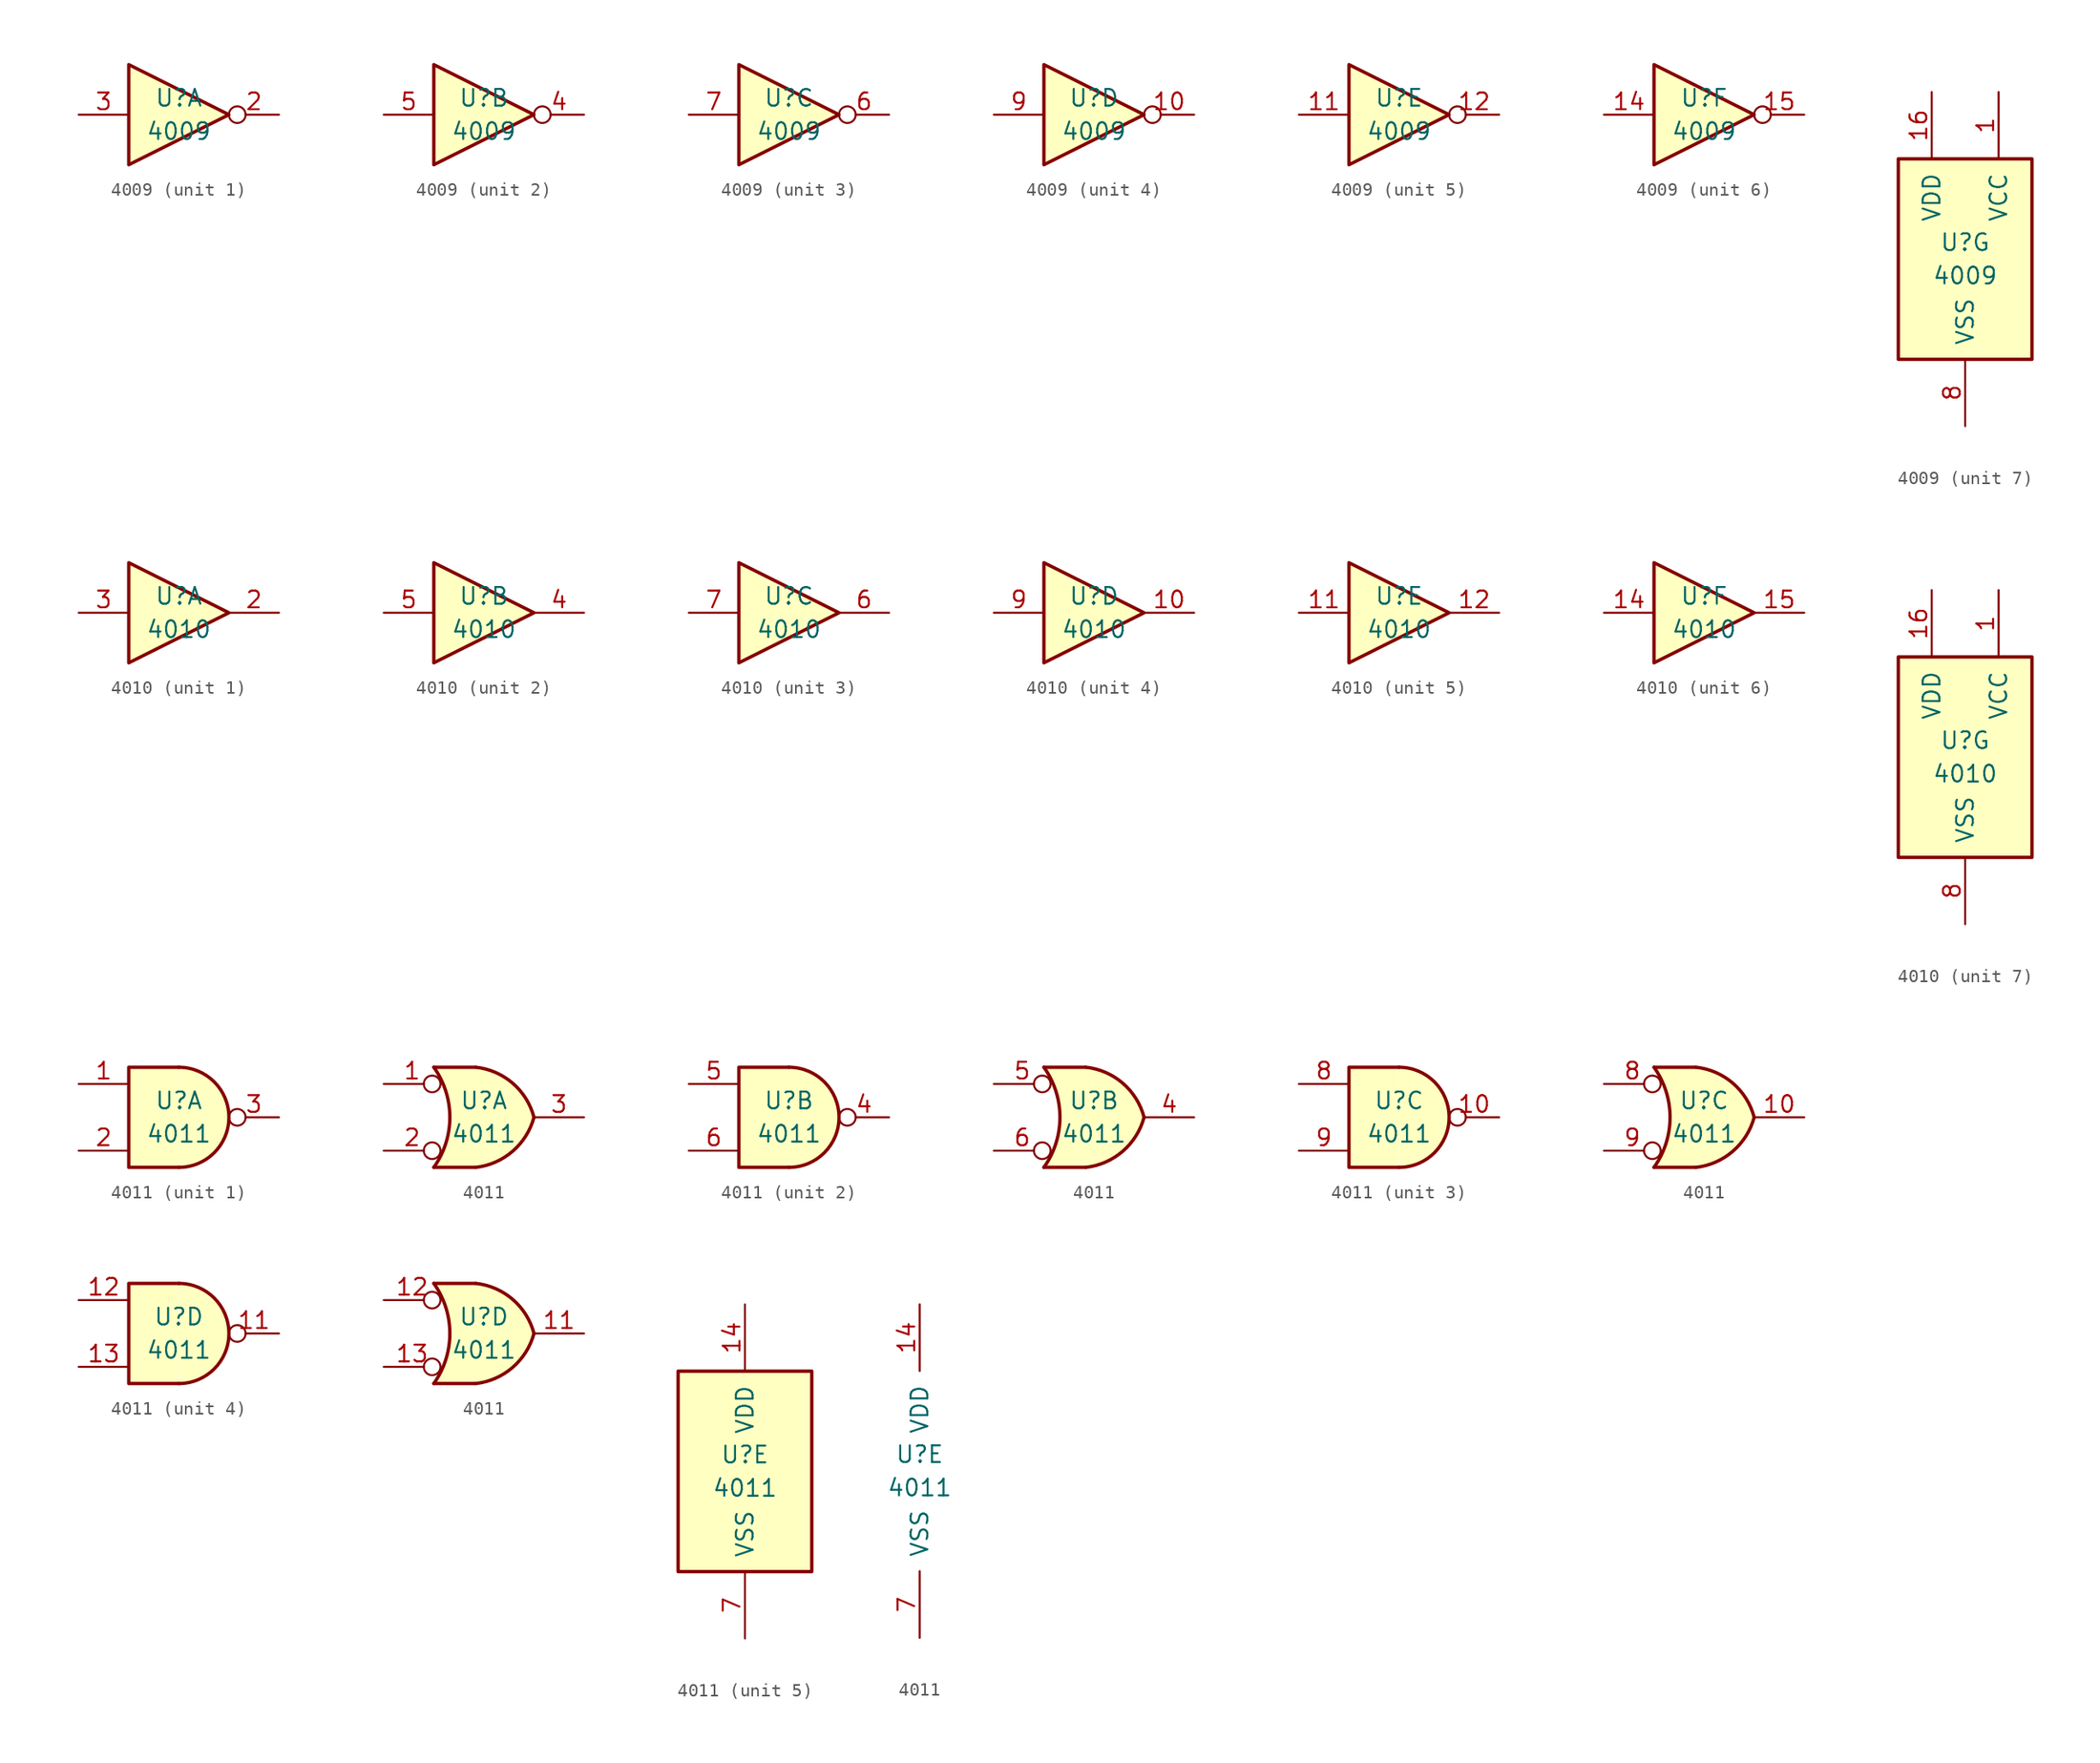
<source format=kicad_sym>
(kicad_symbol_lib
  (version 20241209)
  (generator "kicad_symbol_editor")
  (generator_version "9.0")
  (symbol "4009"
    (pin_names
      (offset 1.016))
    (property "Reference" "U"
      (at 0 1.27 0)
      (effects (font (size 1.27 1.27))))
    (property "Value" "4009"
      (at 0 -1.27 0)
      (effects (font (size 1.27 1.27))))
    (property "ki_locked" ""
      (at 0 0 0)
      (effects (font (size 1.27 1.27))))
    (symbol "4009_1_0"
      (polyline (pts (xy -3.81 3.81) (xy -3.81 -3.81) (xy 3.81 0) (xy -3.81 3.81)) (stroke (width 0.254) (type default)) (fill (type background)))
      (pin input line (at -7.62 0 0) (length 3.81) (name "~" (effects (font (size 1.27 1.27)))) (number "3" (effects (font (size 1.27 1.27)))))
      (pin output inverted (at 7.62 0 180) (length 3.81) (name "~" (effects (font (size 1.27 1.27)))) (number "2" (effects (font (size 1.27 1.27))))))
    (symbol "4009_2_0"
      (polyline (pts (xy -3.81 3.81) (xy -3.81 -3.81) (xy 3.81 0) (xy -3.81 3.81)) (stroke (width 0.254) (type default)) (fill (type background)))
      (pin input line (at -7.62 0 0) (length 3.81) (name "~" (effects (font (size 1.27 1.27)))) (number "5" (effects (font (size 1.27 1.27)))))
      (pin output inverted (at 7.62 0 180) (length 3.81) (name "~" (effects (font (size 1.27 1.27)))) (number "4" (effects (font (size 1.27 1.27))))))
    (symbol "4009_3_0"
      (polyline (pts (xy -3.81 3.81) (xy -3.81 -3.81) (xy 3.81 0) (xy -3.81 3.81)) (stroke (width 0.254) (type default)) (fill (type background)))
      (pin input line (at -7.62 0 0) (length 3.81) (name "~" (effects (font (size 1.27 1.27)))) (number "7" (effects (font (size 1.27 1.27)))))
      (pin output inverted (at 7.62 0 180) (length 3.81) (name "~" (effects (font (size 1.27 1.27)))) (number "6" (effects (font (size 1.27 1.27))))))
    (symbol "4009_4_0"
      (polyline (pts (xy -3.81 3.81) (xy -3.81 -3.81) (xy 3.81 0) (xy -3.81 3.81)) (stroke (width 0.254) (type default)) (fill (type background)))
      (pin input line (at -7.62 0 0) (length 3.81) (name "~" (effects (font (size 1.27 1.27)))) (number "9" (effects (font (size 1.27 1.27)))))
      (pin output inverted (at 7.62 0 180) (length 3.81) (name "~" (effects (font (size 1.27 1.27)))) (number "10" (effects (font (size 1.27 1.27))))))
    (symbol "4009_5_0"
      (polyline (pts (xy -3.81 3.81) (xy -3.81 -3.81) (xy 3.81 0) (xy -3.81 3.81)) (stroke (width 0.254) (type default)) (fill (type background)))
      (pin input line (at -7.62 0 0) (length 3.81) (name "~" (effects (font (size 1.27 1.27)))) (number "11" (effects (font (size 1.27 1.27)))))
      (pin output inverted (at 7.62 0 180) (length 3.81) (name "~" (effects (font (size 1.27 1.27)))) (number "12" (effects (font (size 1.27 1.27))))))
    (symbol "4009_6_0"
      (polyline (pts (xy -3.81 3.81) (xy -3.81 -3.81) (xy 3.81 0) (xy -3.81 3.81)) (stroke (width 0.254) (type default)) (fill (type background)))
      (pin input line (at -7.62 0 0) (length 3.81) (name "~" (effects (font (size 1.27 1.27)))) (number "14" (effects (font (size 1.27 1.27)))))
      (pin output inverted (at 7.62 0 180) (length 3.81) (name "~" (effects (font (size 1.27 1.27)))) (number "15" (effects (font (size 1.27 1.27))))))
    (symbol "4009_7_0"
      (pin power_in line (at -2.54 12.7 270) (length 5.08) (name "VDD" (effects (font (size 1.27 1.27)))) (number "16" (effects (font (size 1.27 1.27)))))
      (pin power_in line (at 0 -12.7 90) (length 5.08) (name "VSS" (effects (font (size 1.27 1.27)))) (number "8" (effects (font (size 1.27 1.27)))))
      (pin power_in line (at 2.54 12.7 270) (length 5.08) (name "VCC" (effects (font (size 1.27 1.27)))) (number "1" (effects (font (size 1.27 1.27))))))
    (symbol "4009_7_1"
      (rectangle (start -5.08 7.62) (end 5.08 -7.62) (stroke (width 0.254) (type default)) (fill (type background)))))
  (symbol "4010"
    (pin_names
      (offset 1.016))
    (property "Reference" "U"
      (at 0 1.27 0)
      (effects (font (size 1.27 1.27))))
    (property "Value" "4010"
      (at 0 -1.27 0)
      (effects (font (size 1.27 1.27))))
    (property "ki_locked" ""
      (at 0 0 0)
      (effects (font (size 1.27 1.27))))
    (symbol "4010_1_0"
      (polyline (pts (xy -3.81 3.81) (xy -3.81 -3.81) (xy 3.81 0) (xy -3.81 3.81)) (stroke (width 0.254) (type default)) (fill (type background)))
      (pin input line (at -7.62 0 0) (length 3.81) (name "~" (effects (font (size 1.27 1.27)))) (number "3" (effects (font (size 1.27 1.27)))))
      (pin output line (at 7.62 0 180) (length 3.81) (name "~" (effects (font (size 1.27 1.27)))) (number "2" (effects (font (size 1.27 1.27))))))
    (symbol "4010_2_0"
      (polyline (pts (xy -3.81 3.81) (xy -3.81 -3.81) (xy 3.81 0) (xy -3.81 3.81)) (stroke (width 0.254) (type default)) (fill (type background)))
      (pin input line (at -7.62 0 0) (length 3.81) (name "~" (effects (font (size 1.27 1.27)))) (number "5" (effects (font (size 1.27 1.27)))))
      (pin output line (at 7.62 0 180) (length 3.81) (name "~" (effects (font (size 1.27 1.27)))) (number "4" (effects (font (size 1.27 1.27))))))
    (symbol "4010_3_0"
      (polyline (pts (xy -3.81 3.81) (xy -3.81 -3.81) (xy 3.81 0) (xy -3.81 3.81)) (stroke (width 0.254) (type default)) (fill (type background)))
      (pin input line (at -7.62 0 0) (length 3.81) (name "~" (effects (font (size 1.27 1.27)))) (number "7" (effects (font (size 1.27 1.27)))))
      (pin output line (at 7.62 0 180) (length 3.81) (name "~" (effects (font (size 1.27 1.27)))) (number "6" (effects (font (size 1.27 1.27))))))
    (symbol "4010_4_0"
      (polyline (pts (xy -3.81 3.81) (xy -3.81 -3.81) (xy 3.81 0) (xy -3.81 3.81)) (stroke (width 0.254) (type default)) (fill (type background)))
      (pin input line (at -7.62 0 0) (length 3.81) (name "~" (effects (font (size 1.27 1.27)))) (number "9" (effects (font (size 1.27 1.27)))))
      (pin output line (at 7.62 0 180) (length 3.81) (name "~" (effects (font (size 1.27 1.27)))) (number "10" (effects (font (size 1.27 1.27))))))
    (symbol "4010_5_0"
      (polyline (pts (xy -3.81 3.81) (xy -3.81 -3.81) (xy 3.81 0) (xy -3.81 3.81)) (stroke (width 0.254) (type default)) (fill (type background)))
      (pin input line (at -7.62 0 0) (length 3.81) (name "~" (effects (font (size 1.27 1.27)))) (number "11" (effects (font (size 1.27 1.27)))))
      (pin output line (at 7.62 0 180) (length 3.81) (name "~" (effects (font (size 1.27 1.27)))) (number "12" (effects (font (size 1.27 1.27))))))
    (symbol "4010_6_0"
      (polyline (pts (xy -3.81 3.81) (xy -3.81 -3.81) (xy 3.81 0) (xy -3.81 3.81)) (stroke (width 0.254) (type default)) (fill (type background)))
      (pin input line (at -7.62 0 0) (length 3.81) (name "~" (effects (font (size 1.27 1.27)))) (number "14" (effects (font (size 1.27 1.27)))))
      (pin output line (at 7.62 0 180) (length 3.81) (name "~" (effects (font (size 1.27 1.27)))) (number "15" (effects (font (size 1.27 1.27))))))
    (symbol "4010_7_0"
      (pin power_in line (at -2.54 12.7 270) (length 5.08) (name "VDD" (effects (font (size 1.27 1.27)))) (number "16" (effects (font (size 1.27 1.27)))))
      (pin power_in line (at 0 -12.7 90) (length 5.08) (name "VSS" (effects (font (size 1.27 1.27)))) (number "8" (effects (font (size 1.27 1.27)))))
      (pin power_in line (at 2.54 12.7 270) (length 5.08) (name "VCC" (effects (font (size 1.27 1.27)))) (number "1" (effects (font (size 1.27 1.27))))))
    (symbol "4010_7_1"
      (rectangle (start -5.08 7.62) (end 5.08 -7.62) (stroke (width 0.254) (type default)) (fill (type background)))))
  (symbol "4011"
    (pin_names
      (offset 1.016))
    (property "Reference" "U"
      (at 0 1.27 0)
      (effects (font (size 1.27 1.27))))
    (property "Value" "4011"
      (at 0 -1.27 0)
      (effects (font (size 1.27 1.27))))
    (property "ki_locked" ""
      (at 0 0 0)
      (effects (font (size 1.27 1.27))))
    (symbol "4011_1_1"
      (arc (start 0 3.81) (mid 3.7934 0) (end 0 -3.81) (stroke (width 0.254) (type default)) (fill (type background)))
      (polyline (pts (xy 0 3.81) (xy -3.81 3.81) (xy -3.81 -3.81) (xy 0 -3.81)) (stroke (width 0.254) (type default)) (fill (type background)))
      (pin input line (at -7.62 2.54 0) (length 3.81) (name "~" (effects (font (size 1.27 1.27)))) (number "1" (effects (font (size 1.27 1.27)))))
      (pin input line (at -7.62 -2.54 0) (length 3.81) (name "~" (effects (font (size 1.27 1.27)))) (number "2" (effects (font (size 1.27 1.27)))))
      (pin output inverted (at 7.62 0 180) (length 3.81) (name "~" (effects (font (size 1.27 1.27)))) (number "3" (effects (font (size 1.27 1.27))))))
    (symbol "4011_1_2"
      (arc (start -3.81 3.81) (mid -2.589 0) (end -3.81 -3.81) (stroke (width 0.254) (type default)) (fill (type none)))
      (polyline (pts (xy -3.81 3.81) (xy -0.635 3.81)) (stroke (width 0.254) (type default)) (fill (type background)))
      (polyline (pts (xy -3.81 -3.81) (xy -0.635 -3.81)) (stroke (width 0.254) (type default)) (fill (type background)))
      (arc (start 3.81 0) (mid 2.1855 -2.584) (end -0.6096 -3.81) (stroke (width 0.254) (type default)) (fill (type background)))
      (arc (start -0.6096 3.81) (mid 2.1928 2.5924) (end 3.81 0) (stroke (width 0.254) (type default)) (fill (type background)))
      (polyline (pts (xy -0.635 3.81) (xy -3.81 3.81) (xy -3.81 3.81) (xy -3.556 3.404) (xy -3.023 2.261) (xy -2.692 1.041) (xy -2.616 -0.254) (xy -2.769 -1.499) (xy -3.175 -2.718) (xy -3.81 -3.81) (xy -3.81 -3.81) (xy -0.635 -3.81)) (stroke (width -25.4) (type default)) (fill (type background)))
      (pin input inverted (at -7.62 2.54 0) (length 4.318) (name "~" (effects (font (size 1.27 1.27)))) (number "1" (effects (font (size 1.27 1.27)))))
      (pin input inverted (at -7.62 -2.54 0) (length 4.318) (name "~" (effects (font (size 1.27 1.27)))) (number "2" (effects (font (size 1.27 1.27)))))
      (pin output line (at 7.62 0 180) (length 3.81) (name "~" (effects (font (size 1.27 1.27)))) (number "3" (effects (font (size 1.27 1.27))))))
    (symbol "4011_2_1"
      (arc (start 0 3.81) (mid 3.7934 0) (end 0 -3.81) (stroke (width 0.254) (type default)) (fill (type background)))
      (polyline (pts (xy 0 3.81) (xy -3.81 3.81) (xy -3.81 -3.81) (xy 0 -3.81)) (stroke (width 0.254) (type default)) (fill (type background)))
      (pin input line (at -7.62 2.54 0) (length 3.81) (name "~" (effects (font (size 1.27 1.27)))) (number "5" (effects (font (size 1.27 1.27)))))
      (pin input line (at -7.62 -2.54 0) (length 3.81) (name "~" (effects (font (size 1.27 1.27)))) (number "6" (effects (font (size 1.27 1.27)))))
      (pin output inverted (at 7.62 0 180) (length 3.81) (name "~" (effects (font (size 1.27 1.27)))) (number "4" (effects (font (size 1.27 1.27))))))
    (symbol "4011_2_2"
      (arc (start -3.81 3.81) (mid -2.589 0) (end -3.81 -3.81) (stroke (width 0.254) (type default)) (fill (type none)))
      (polyline (pts (xy -3.81 3.81) (xy -0.635 3.81)) (stroke (width 0.254) (type default)) (fill (type background)))
      (polyline (pts (xy -3.81 -3.81) (xy -0.635 -3.81)) (stroke (width 0.254) (type default)) (fill (type background)))
      (arc (start 3.81 0) (mid 2.1855 -2.584) (end -0.6096 -3.81) (stroke (width 0.254) (type default)) (fill (type background)))
      (arc (start -0.6096 3.81) (mid 2.1928 2.5924) (end 3.81 0) (stroke (width 0.254) (type default)) (fill (type background)))
      (polyline (pts (xy -0.635 3.81) (xy -3.81 3.81) (xy -3.81 3.81) (xy -3.556 3.404) (xy -3.023 2.261) (xy -2.692 1.041) (xy -2.616 -0.254) (xy -2.769 -1.499) (xy -3.175 -2.718) (xy -3.81 -3.81) (xy -3.81 -3.81) (xy -0.635 -3.81)) (stroke (width -25.4) (type default)) (fill (type background)))
      (pin input inverted (at -7.62 2.54 0) (length 4.318) (name "~" (effects (font (size 1.27 1.27)))) (number "5" (effects (font (size 1.27 1.27)))))
      (pin input inverted (at -7.62 -2.54 0) (length 4.318) (name "~" (effects (font (size 1.27 1.27)))) (number "6" (effects (font (size 1.27 1.27)))))
      (pin output line (at 7.62 0 180) (length 3.81) (name "~" (effects (font (size 1.27 1.27)))) (number "4" (effects (font (size 1.27 1.27))))))
    (symbol "4011_3_1"
      (arc (start 0 3.81) (mid 3.7934 0) (end 0 -3.81) (stroke (width 0.254) (type default)) (fill (type background)))
      (polyline (pts (xy 0 3.81) (xy -3.81 3.81) (xy -3.81 -3.81) (xy 0 -3.81)) (stroke (width 0.254) (type default)) (fill (type background)))
      (pin input line (at -7.62 2.54 0) (length 3.81) (name "~" (effects (font (size 1.27 1.27)))) (number "8" (effects (font (size 1.27 1.27)))))
      (pin input line (at -7.62 -2.54 0) (length 3.81) (name "~" (effects (font (size 1.27 1.27)))) (number "9" (effects (font (size 1.27 1.27)))))
      (pin output inverted (at 7.62 0 180) (length 3.81) (name "~" (effects (font (size 1.27 1.27)))) (number "10" (effects (font (size 1.27 1.27))))))
    (symbol "4011_3_2"
      (arc (start -3.81 3.81) (mid -2.589 0) (end -3.81 -3.81) (stroke (width 0.254) (type default)) (fill (type none)))
      (polyline (pts (xy -3.81 3.81) (xy -0.635 3.81)) (stroke (width 0.254) (type default)) (fill (type background)))
      (polyline (pts (xy -3.81 -3.81) (xy -0.635 -3.81)) (stroke (width 0.254) (type default)) (fill (type background)))
      (arc (start 3.81 0) (mid 2.1855 -2.584) (end -0.6096 -3.81) (stroke (width 0.254) (type default)) (fill (type background)))
      (arc (start -0.6096 3.81) (mid 2.1928 2.5924) (end 3.81 0) (stroke (width 0.254) (type default)) (fill (type background)))
      (polyline (pts (xy -0.635 3.81) (xy -3.81 3.81) (xy -3.81 3.81) (xy -3.556 3.404) (xy -3.023 2.261) (xy -2.692 1.041) (xy -2.616 -0.254) (xy -2.769 -1.499) (xy -3.175 -2.718) (xy -3.81 -3.81) (xy -3.81 -3.81) (xy -0.635 -3.81)) (stroke (width -25.4) (type default)) (fill (type background)))
      (pin input inverted (at -7.62 2.54 0) (length 4.318) (name "~" (effects (font (size 1.27 1.27)))) (number "8" (effects (font (size 1.27 1.27)))))
      (pin input inverted (at -7.62 -2.54 0) (length 4.318) (name "~" (effects (font (size 1.27 1.27)))) (number "9" (effects (font (size 1.27 1.27)))))
      (pin output line (at 7.62 0 180) (length 3.81) (name "~" (effects (font (size 1.27 1.27)))) (number "10" (effects (font (size 1.27 1.27))))))
    (symbol "4011_4_1"
      (arc (start 0 3.81) (mid 3.7934 0) (end 0 -3.81) (stroke (width 0.254) (type default)) (fill (type background)))
      (polyline (pts (xy 0 3.81) (xy -3.81 3.81) (xy -3.81 -3.81) (xy 0 -3.81)) (stroke (width 0.254) (type default)) (fill (type background)))
      (pin input line (at -7.62 2.54 0) (length 3.81) (name "~" (effects (font (size 1.27 1.27)))) (number "12" (effects (font (size 1.27 1.27)))))
      (pin input line (at -7.62 -2.54 0) (length 3.81) (name "~" (effects (font (size 1.27 1.27)))) (number "13" (effects (font (size 1.27 1.27)))))
      (pin output inverted (at 7.62 0 180) (length 3.81) (name "~" (effects (font (size 1.27 1.27)))) (number "11" (effects (font (size 1.27 1.27))))))
    (symbol "4011_4_2"
      (arc (start -3.81 3.81) (mid -2.589 0) (end -3.81 -3.81) (stroke (width 0.254) (type default)) (fill (type none)))
      (polyline (pts (xy -3.81 3.81) (xy -0.635 3.81)) (stroke (width 0.254) (type default)) (fill (type background)))
      (polyline (pts (xy -3.81 -3.81) (xy -0.635 -3.81)) (stroke (width 0.254) (type default)) (fill (type background)))
      (arc (start 3.81 0) (mid 2.1855 -2.584) (end -0.6096 -3.81) (stroke (width 0.254) (type default)) (fill (type background)))
      (arc (start -0.6096 3.81) (mid 2.1928 2.5924) (end 3.81 0) (stroke (width 0.254) (type default)) (fill (type background)))
      (polyline (pts (xy -0.635 3.81) (xy -3.81 3.81) (xy -3.81 3.81) (xy -3.556 3.404) (xy -3.023 2.261) (xy -2.692 1.041) (xy -2.616 -0.254) (xy -2.769 -1.499) (xy -3.175 -2.718) (xy -3.81 -3.81) (xy -3.81 -3.81) (xy -0.635 -3.81)) (stroke (width -25.4) (type default)) (fill (type background)))
      (pin input inverted (at -7.62 2.54 0) (length 4.318) (name "~" (effects (font (size 1.27 1.27)))) (number "12" (effects (font (size 1.27 1.27)))))
      (pin input inverted (at -7.62 -2.54 0) (length 4.318) (name "~" (effects (font (size 1.27 1.27)))) (number "13" (effects (font (size 1.27 1.27)))))
      (pin output line (at 7.62 0 180) (length 3.81) (name "~" (effects (font (size 1.27 1.27)))) (number "11" (effects (font (size 1.27 1.27))))))
    (symbol "4011_5_0"
      (pin power_in line (at 0 12.7 270) (length 5.08) (name "VDD" (effects (font (size 1.27 1.27)))) (number "14" (effects (font (size 1.27 1.27)))))
      (pin power_in line (at 0 -12.7 90) (length 5.08) (name "VSS" (effects (font (size 1.27 1.27)))) (number "7" (effects (font (size 1.27 1.27))))))
    (symbol "4011_5_1"
      (rectangle (start -5.08 7.62) (end 5.08 -7.62) (stroke (width 0.254) (type default)) (fill (type background))))))
</source>
